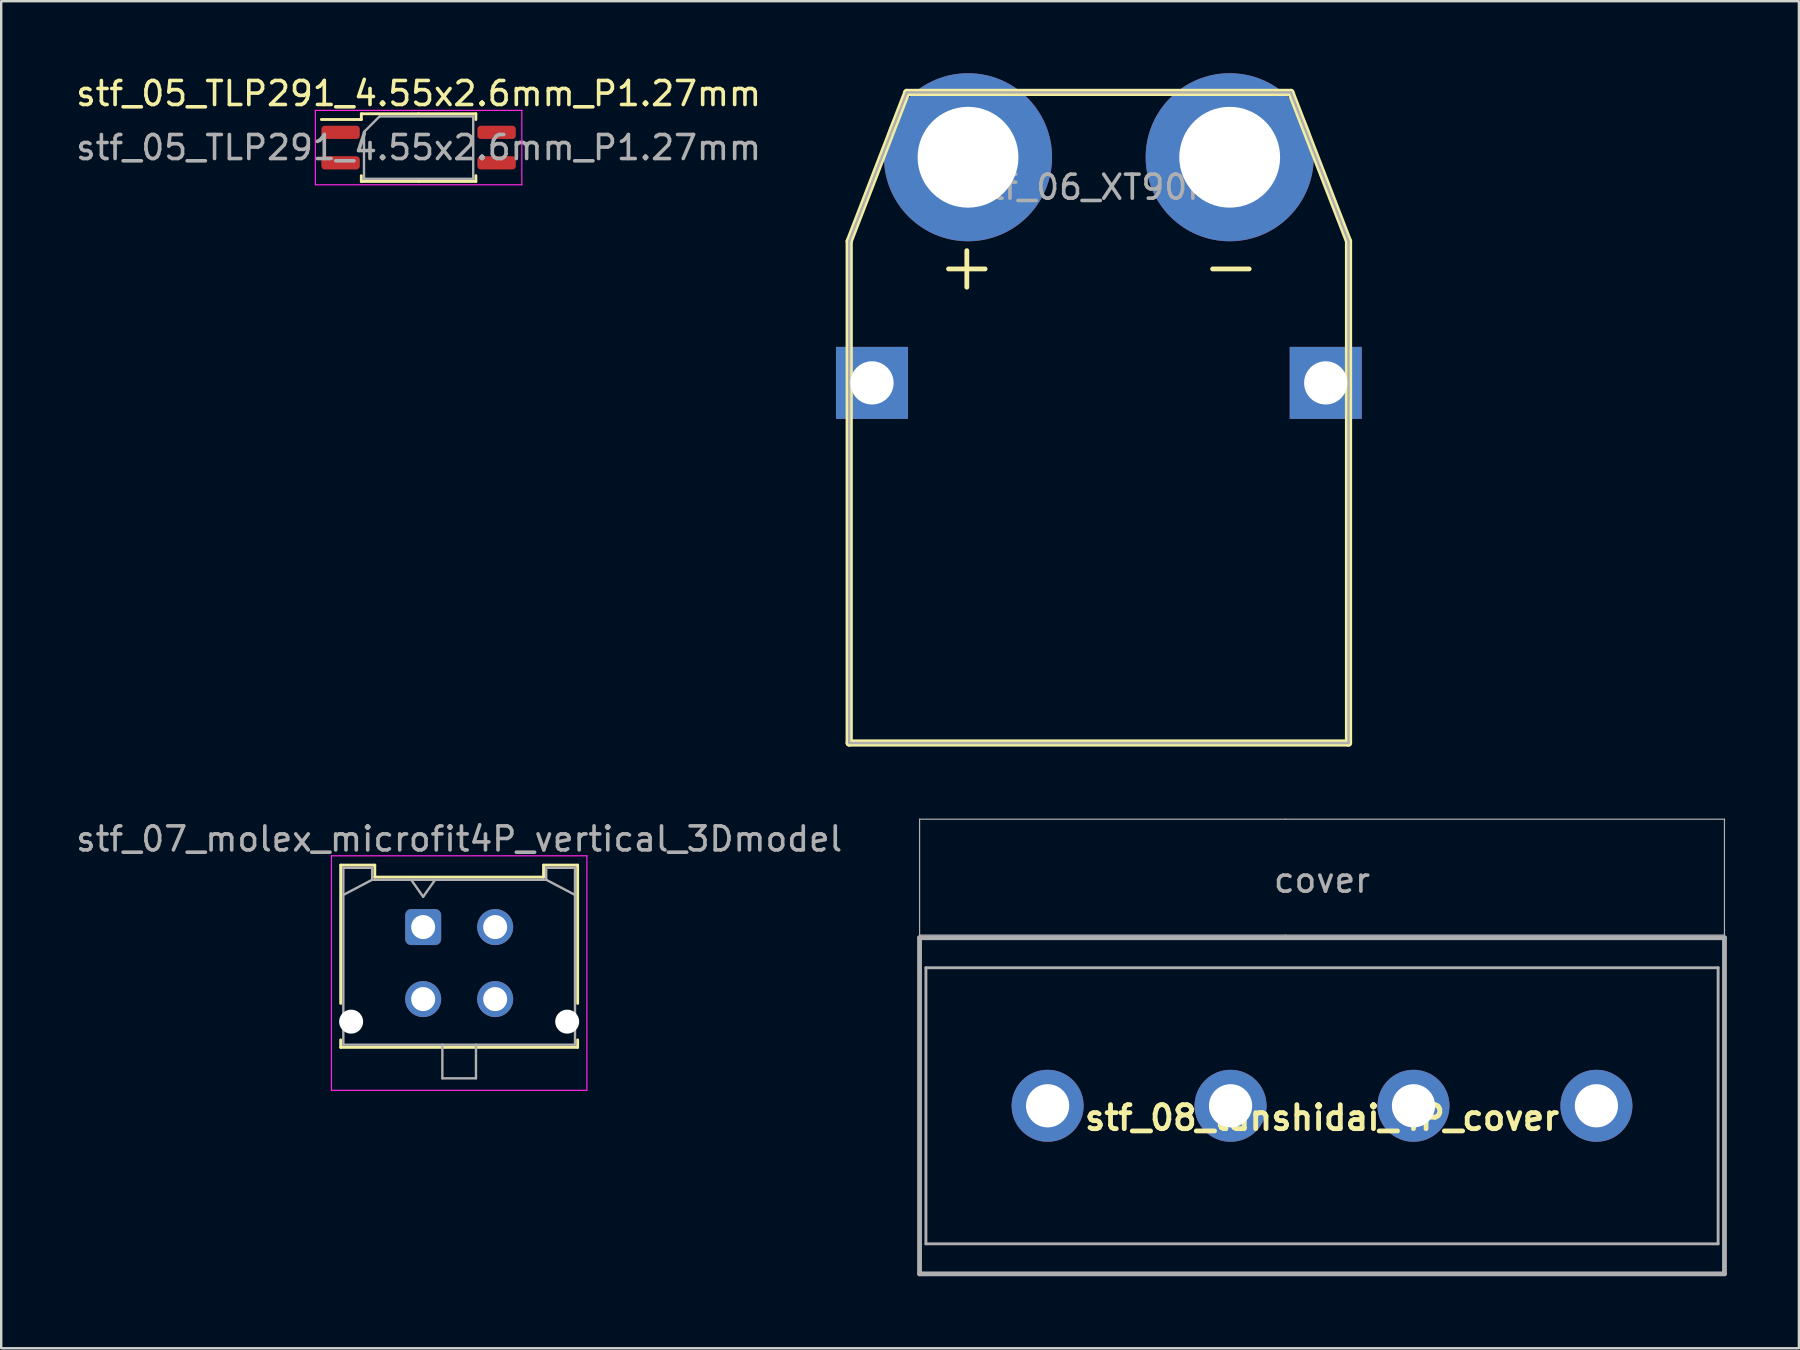
<source format=kicad_pcb>
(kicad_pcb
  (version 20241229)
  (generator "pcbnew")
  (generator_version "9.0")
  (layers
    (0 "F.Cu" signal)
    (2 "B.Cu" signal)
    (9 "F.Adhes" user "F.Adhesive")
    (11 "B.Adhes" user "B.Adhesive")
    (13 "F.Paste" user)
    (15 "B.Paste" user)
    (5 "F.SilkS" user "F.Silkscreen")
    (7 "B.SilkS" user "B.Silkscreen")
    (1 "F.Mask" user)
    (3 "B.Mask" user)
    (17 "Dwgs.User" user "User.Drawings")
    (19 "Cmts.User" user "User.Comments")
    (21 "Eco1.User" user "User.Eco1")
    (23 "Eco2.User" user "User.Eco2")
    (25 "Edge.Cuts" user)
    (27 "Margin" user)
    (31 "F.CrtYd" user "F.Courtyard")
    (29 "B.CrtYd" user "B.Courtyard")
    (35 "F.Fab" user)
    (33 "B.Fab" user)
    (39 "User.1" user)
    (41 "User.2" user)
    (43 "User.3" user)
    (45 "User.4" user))
  (footprint "stf_05_TLP291_4.55x2.6mm_P1.27mm"
    (layer "F.Cu")
    (at 14.387 3.098)
    (property "Reference" "stf_05_TLP291_4.55x2.6mm_P1.27mm" (at 0 -2.25 0) (layer "F.SilkS") (effects (font (size 1 1) (thickness 0.15))))
    (attr smd)
    (fp_line (start -2.385 -1.41) (end -2.385 -1.17) (stroke (width 0.12) (type solid)) (layer "F.SilkS"))
    (fp_line (start -2.385 -1.17) (end -4.05 -1.17) (stroke (width 0.12) (type solid)) (layer "F.SilkS"))
    (fp_line (start -2.385 1.41) (end -2.385 1.17) (stroke (width 0.12) (type solid)) (layer "F.SilkS"))
    (fp_line (start 0 -1.41) (end -2.385 -1.41) (stroke (width 0.12) (type solid)) (layer "F.SilkS"))
    (fp_line (start 0 -1.41) (end 2.385 -1.41) (stroke (width 0.12) (type solid)) (layer "F.SilkS"))
    (fp_line (start 0 1.41) (end -2.385 1.41) (stroke (width 0.12) (type solid)) (layer "F.SilkS"))
    (fp_line (start 0 1.41) (end 2.385 1.41) (stroke (width 0.12) (type solid)) (layer "F.SilkS"))
    (fp_line (start 2.385 -1.41) (end 2.385 -1.17) (stroke (width 0.12) (type solid)) (layer "F.SilkS"))
    (fp_line (start 2.385 1.41) (end 2.385 1.17) (stroke (width 0.12) (type solid)) (layer "F.SilkS"))
    (fp_line (start -4.3 -1.55) (end -4.3 1.55) (stroke (width 0.05) (type solid)) (layer "F.CrtYd"))
    (fp_line (start -4.3 1.55) (end 4.3 1.55) (stroke (width 0.05) (type solid)) (layer "F.CrtYd"))
    (fp_line (start 4.3 -1.55) (end -4.3 -1.55) (stroke (width 0.05) (type solid)) (layer "F.CrtYd"))
    (fp_line (start 4.3 1.55) (end 4.3 -1.55) (stroke (width 0.05) (type solid)) (layer "F.CrtYd"))
    (fp_line (start -2.275 -0.65) (end -1.625 -1.3) (stroke (width 0.1) (type solid)) (layer "F.Fab"))
    (fp_line (start -2.275 1.3) (end -2.275 -0.65) (stroke (width 0.1) (type solid)) (layer "F.Fab"))
    (fp_line (start -1.625 -1.3) (end 2.275 -1.3) (stroke (width 0.1) (type solid)) (layer "F.Fab"))
    (fp_line (start 2.275 -1.3) (end 2.275 1.3) (stroke (width 0.1) (type solid)) (layer "F.Fab"))
    (fp_line (start 2.275 1.3) (end -2.275 1.3) (stroke (width 0.1) (type solid)) (layer "F.Fab"))
    (fp_text user "${REFERENCE}" (at 0 0 0) (layer "F.Fab") (effects (font (size 1 1) (thickness 0.15))))
    (pad "1" smd roundrect (at -3.25 -0.635) (size 1.6 0.55) (layers "F.Cu" "F.Mask" "F.Paste") (roundrect_rratio 0.25))
    (pad "2" smd roundrect (at -3.25 0.635) (size 1.6 0.55) (layers "F.Cu" "F.Mask" "F.Paste") (roundrect_rratio 0.25))
    (pad "3" smd roundrect (at 3.25 0.635) (size 1.6 0.55) (layers "F.Cu" "F.Mask" "F.Paste") (roundrect_rratio 0.25))
    (pad "4" smd roundrect (at 3.25 -0.635) (size 1.6 0.55) (layers "F.Cu" "F.Mask" "F.Paste") (roundrect_rratio 0.25)))
  (footprint "stf_08_tanshidai_4P_cover"
    (layer "F.Cu")
    (at 52.02 43.013)
    (property "Reference" "stf_08_tanshidai_4P_cover" (at 0 0.5 0) (layer "F.SilkS") (effects (font (size 1 1) (thickness 0.2))))
    (attr through_hole)
    (fp_line (start -16.765 -7) (end 16.765 -7) (stroke (width 0.2) (type solid)) (layer "F.Fab"))
    (fp_line (start -16.765 7) (end -16.765 -7) (stroke (width 0.2) (type solid)) (layer "F.Fab"))
    (fp_line (start -16.764 -11.938) (end -16.764 -7.112) (stroke (width 0.05) (type solid)) (layer "F.Fab"))
    (fp_line (start -16.764 -7.112) (end -1.524 -7.112) (stroke (width 0.05) (type solid)) (layer "F.Fab"))
    (fp_line (start -16.5 -5.75) (end -16.5 5.75) (stroke (width 0.12) (type solid)) (layer "F.Fab"))
    (fp_line (start -16.5 -5.75) (end 16.5 -5.75) (stroke (width 0.12) (type solid)) (layer "F.Fab"))
    (fp_line (start -16.5 5.75) (end 16.5 5.75) (stroke (width 0.12) (type solid)) (layer "F.Fab"))
    (fp_line (start -1.524 -11.938) (end -16.764 -11.938) (stroke (width 0.05) (type solid)) (layer "F.Fab"))
    (fp_line (start -1.524 -11.938) (end 16.764 -11.938) (stroke (width 0.05) (type solid)) (layer "F.Fab"))
    (fp_line (start 16.5 -5.75) (end 16.5 5.75) (stroke (width 0.12) (type solid)) (layer "F.Fab"))
    (fp_line (start 16.764 -11.938) (end 16.764 -7.112) (stroke (width 0.05) (type solid)) (layer "F.Fab"))
    (fp_line (start 16.764 -7.112) (end -1.524 -7.112) (stroke (width 0.05) (type solid)) (layer "F.Fab"))
    (fp_line (start 16.765 -7) (end 16.765 7) (stroke (width 0.2) (type solid)) (layer "F.Fab"))
    (fp_line (start 16.765 7) (end -16.765 7) (stroke (width 0.2) (type solid)) (layer "F.Fab"))
    (fp_text user "cover" (at 0 -9.398 0) (layer "F.Fab") (effects (font (size 1 1) (thickness 0.15))))
    (pad "1" thru_hole circle (at -11.43 0) (size 3 3) (drill 1.8) (layers "*.Cu" "*.Mask"))
    (pad "2" thru_hole circle (at -3.81 0) (size 3 3) (drill 1.8) (layers "*.Cu" "*.Mask"))
    (pad "3" thru_hole circle (at 3.81 0) (size 3 3) (drill 1.8) (layers "*.Cu" "*.Mask"))
    (pad "4" thru_hole circle (at 11.43 0) (size 3 3) (drill 1.8) (layers "*.Cu" "*.Mask")))
  (footprint "stf_07_molex_microfit4P_vertical_3Dmodel"
    (layer "F.Cu")
    (at 14.577 35.568)
    (property "Reference" "stf_07_molex_microfit4P_vertical_3Dmodel" (at 1.5 -3.67 0) (layer "F.Fab") (effects (font (size 1 1) (thickness 0.15))))
    (attr through_hole)
    (fp_line (start -3.435 -2.58) (end -2.015 -2.58) (stroke (width 0.12) (type solid)) (layer "F.SilkS"))
    (fp_line (start -3.435 3.18) (end -3.435 -2.58) (stroke (width 0.12) (type solid)) (layer "F.SilkS"))
    (fp_line (start -3.435 4.7) (end -3.435 5.01) (stroke (width 0.12) (type solid)) (layer "F.SilkS"))
    (fp_line (start -3.435 5.01) (end 6.435 5.01) (stroke (width 0.12) (type solid)) (layer "F.SilkS"))
    (fp_line (start -2.015 -2.58) (end -2.015 -2.08) (stroke (width 0.12) (type solid)) (layer "F.SilkS"))
    (fp_line (start -2.015 -2.08) (end 5.015 -2.08) (stroke (width 0.12) (type solid)) (layer "F.SilkS"))
    (fp_line (start 5.015 -2.58) (end 6.435 -2.58) (stroke (width 0.12) (type solid)) (layer "F.SilkS"))
    (fp_line (start 5.015 -2.08) (end 5.015 -2.58) (stroke (width 0.12) (type solid)) (layer "F.SilkS"))
    (fp_line (start 6.435 -2.58) (end 6.435 3.18) (stroke (width 0.12) (type solid)) (layer "F.SilkS"))
    (fp_line (start 6.435 5.01) (end 6.435 4.7) (stroke (width 0.12) (type solid)) (layer "F.SilkS"))
    (fp_line (start -3.82 -2.97) (end 6.82 -2.97) (stroke (width 0.05) (type solid)) (layer "F.CrtYd"))
    (fp_line (start -3.82 6.8) (end -3.82 -2.97) (stroke (width 0.05) (type solid)) (layer "F.CrtYd"))
    (fp_line (start 6.82 -2.97) (end 6.82 6.8) (stroke (width 0.05) (type solid)) (layer "F.CrtYd"))
    (fp_line (start 6.82 6.8) (end -3.82 6.8) (stroke (width 0.05) (type solid)) (layer "F.CrtYd"))
    (fp_line (start -3.325 -2.47) (end -3.325 4.9) (stroke (width 0.1) (type solid)) (layer "F.Fab"))
    (fp_line (start -3.325 -1.34) (end -2.125 -1.97) (stroke (width 0.1) (type solid)) (layer "F.Fab"))
    (fp_line (start -3.325 4.9) (end 6.325 4.9) (stroke (width 0.1) (type solid)) (layer "F.Fab"))
    (fp_line (start -2.125 -2.47) (end -3.325 -2.47) (stroke (width 0.1) (type solid)) (layer "F.Fab"))
    (fp_line (start -2.125 -1.97) (end -2.125 -2.47) (stroke (width 0.1) (type solid)) (layer "F.Fab"))
    (fp_line (start -0.5 -1.97) (end 0 -1.263) (stroke (width 0.1) (type solid)) (layer "F.Fab"))
    (fp_line (start 0 -1.263) (end 0.5 -1.97) (stroke (width 0.1) (type solid)) (layer "F.Fab"))
    (fp_line (start 0.8 4.9) (end 0.8 6.3) (stroke (width 0.1) (type solid)) (layer "F.Fab"))
    (fp_line (start 0.8 6.3) (end 2.2 6.3) (stroke (width 0.1) (type solid)) (layer "F.Fab"))
    (fp_line (start 2.2 6.3) (end 2.2 4.9) (stroke (width 0.1) (type solid)) (layer "F.Fab"))
    (fp_line (start 5.125 -2.47) (end 5.125 -1.97) (stroke (width 0.1) (type solid)) (layer "F.Fab"))
    (fp_line (start 5.125 -1.97) (end -2.125 -1.97) (stroke (width 0.1) (type solid)) (layer "F.Fab"))
    (fp_line (start 6.325 -2.47) (end 5.125 -2.47) (stroke (width 0.1) (type solid)) (layer "F.Fab"))
    (fp_line (start 6.325 -1.34) (end 5.125 -1.97) (stroke (width 0.1) (type solid)) (layer "F.Fab"))
    (fp_line (start 6.325 4.9) (end 6.325 -2.47) (stroke (width 0.1) (type solid)) (layer "F.Fab"))
    (pad "" np_thru_hole circle (at -3 3.94) (size 1 1) (drill 1) (layers "*.Cu" "*.Mask"))
    (pad "" np_thru_hole circle (at 6 3.94) (size 1 1) (drill 1) (layers "*.Cu" "*.Mask"))
    (pad "1" thru_hole roundrect (at 0 0) (size 1.5 1.5) (drill 1) (layers "*.Cu" "*.Mask") (roundrect_rratio 0.167))
    (pad "2" thru_hole circle (at 3 0) (size 1.5 1.5) (drill 1) (layers "*.Cu" "*.Mask"))
    (pad "3" thru_hole circle (at 0 3) (size 1.5 1.5) (drill 1) (layers "*.Cu" "*.Mask"))
    (pad "4" thru_hole circle (at 3 3) (size 1.5 1.5) (drill 1) (layers "*.Cu" "*.Mask")))
  (footprint "stf_06_XT90PW"
    (layer "F.Cu")
    (at 42.724 3.5)
    (property "Reference" "stf_06_XT90PW" (at 0.25 1.25 0) (layer "F.Fab") (effects (font (size 1 1) (thickness 0.15))))
    (attr through_hole)
    (fp_line (start -10.4 3.5) (end -8 -2.7) (stroke (width 0.3) (type solid)) (layer "F.SilkS"))
    (fp_line (start -10.4 24.4) (end -10.4 3.5) (stroke (width 0.3) (type solid)) (layer "F.SilkS"))
    (fp_line (start -10.4 24.4) (end 10.4 24.4) (stroke (width 0.3) (type solid)) (layer "F.SilkS"))
    (fp_line (start -8 -2.7) (end 8 -2.7) (stroke (width 0.3) (type solid)) (layer "F.SilkS"))
    (fp_line (start 10.4 3.5) (end 8 -2.7) (stroke (width 0.3) (type solid)) (layer "F.SilkS"))
    (fp_line (start 10.4 3.5) (end 10.4 24.4) (stroke (width 0.3) (type solid)) (layer "F.SilkS"))
    (fp_line (start -10.4 3.5) (end -8 -2.7) (stroke (width 0.1) (type solid)) (layer "F.Fab"))
    (fp_line (start -10.4 24.4) (end -10.4 3.5) (stroke (width 0.1) (type solid)) (layer "F.Fab"))
    (fp_line (start -10.4 24.4) (end 10.4 24.4) (stroke (width 0.1) (type solid)) (layer "F.Fab"))
    (fp_line (start -8 -2.7) (end 8 -2.7) (stroke (width 0.1) (type solid)) (layer "F.Fab"))
    (fp_line (start 10.4 3.5) (end 8 -2.7) (stroke (width 0.1) (type solid)) (layer "F.Fab"))
    (fp_line (start 10.4 3.5) (end 10.4 24.4) (stroke (width 0.1) (type solid)) (layer "F.Fab"))
    (fp_text user "+" (at -5.5 4.5 0) (layer "F.SilkS") (effects (font (size 2 2) (thickness 0.2))))
    (fp_text user "-" (at 5.5 4.5 0) (layer "F.SilkS") (effects (font (size 2 2) (thickness 0.2))))
    (pad "1" thru_hole circle (at -5.45 0) (size 7 7) (drill 4.2) (layers "*.Cu" "*.Mask"))
    (pad "2" thru_hole circle (at 5.45 0) (size 7 7) (drill 4.2) (layers "*.Cu" "*.Mask"))
    (pad "3" thru_hole rect (at 9.45 9.4) (size 3 3) (drill 1.8) (layers "*.Cu" "*.Mask"))
    (pad "4" thru_hole rect (at -9.45 9.4) (size 3 3) (drill 1.8) (layers "*.Cu" "*.Mask")))
  (gr_rect
    (start -3 -3)
    (end 71.885 53.113)
    (stroke (width 0.1) (type default))
    (fill no)
    (layer "Edge.Cuts")))
</source>
